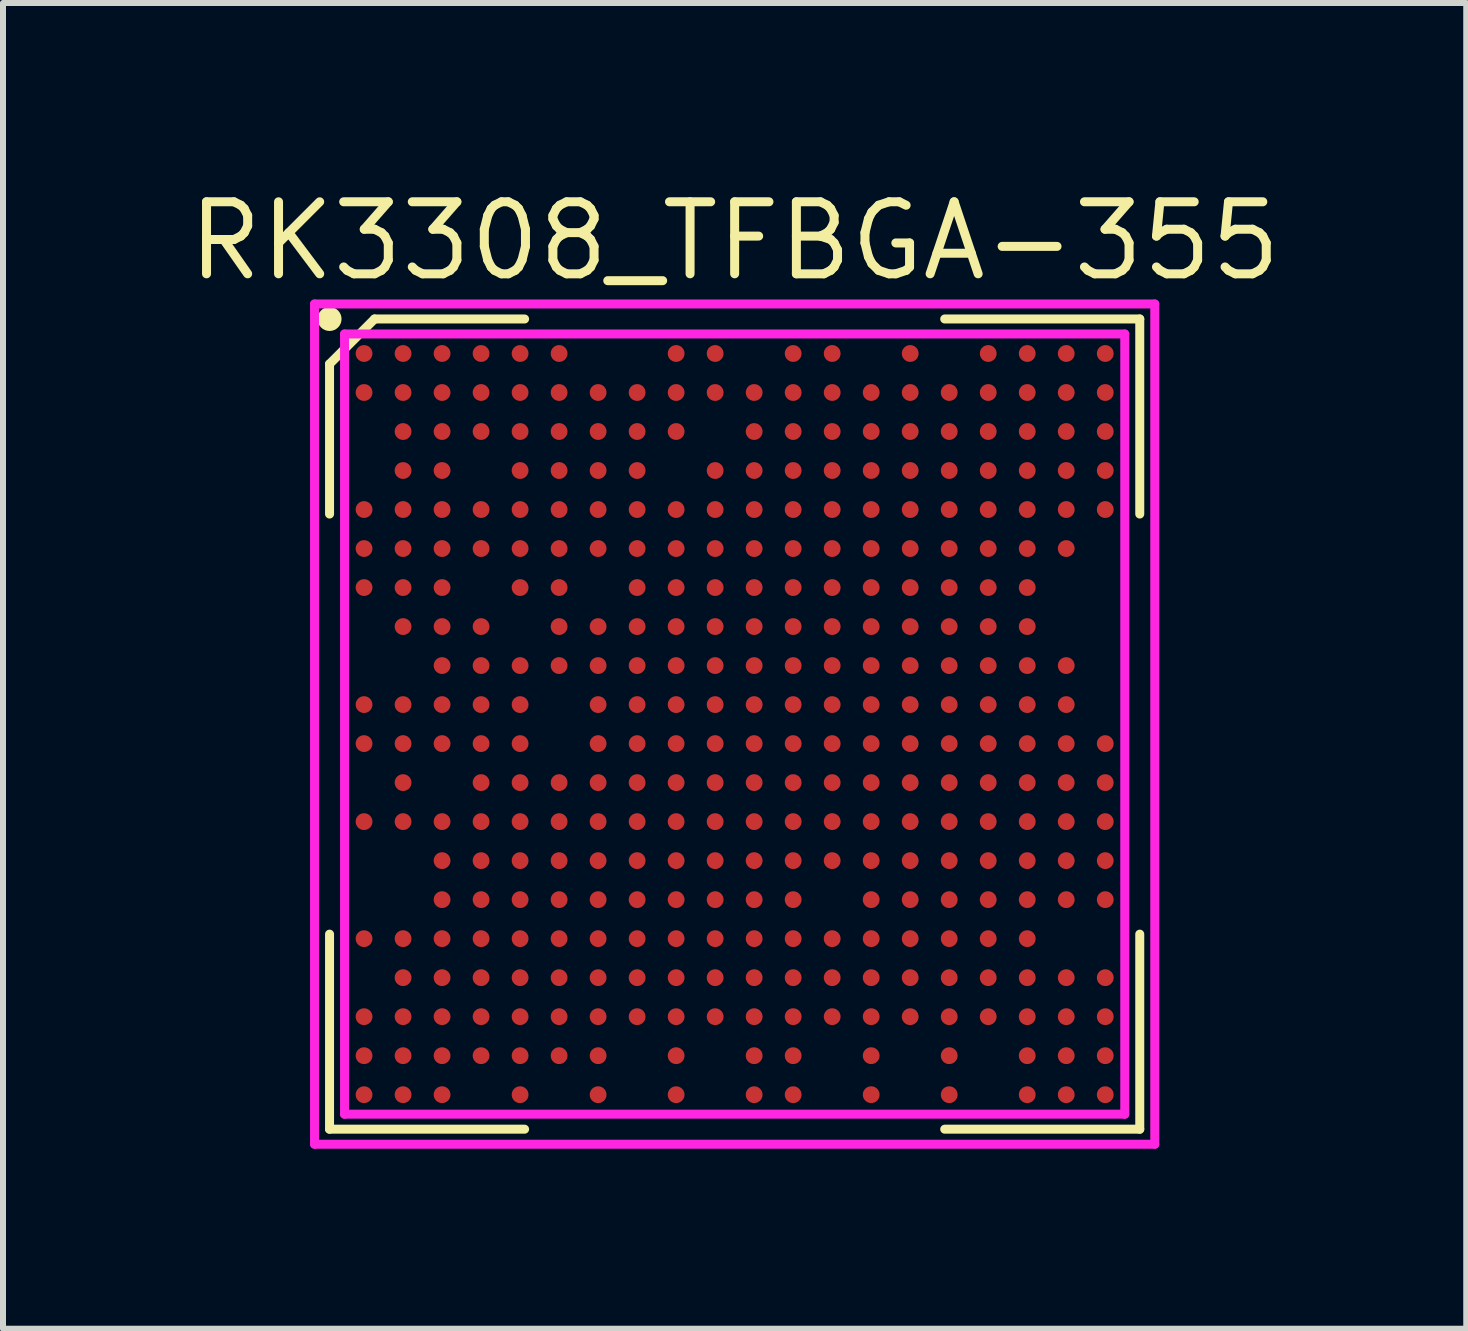
<source format=kicad_pcb>
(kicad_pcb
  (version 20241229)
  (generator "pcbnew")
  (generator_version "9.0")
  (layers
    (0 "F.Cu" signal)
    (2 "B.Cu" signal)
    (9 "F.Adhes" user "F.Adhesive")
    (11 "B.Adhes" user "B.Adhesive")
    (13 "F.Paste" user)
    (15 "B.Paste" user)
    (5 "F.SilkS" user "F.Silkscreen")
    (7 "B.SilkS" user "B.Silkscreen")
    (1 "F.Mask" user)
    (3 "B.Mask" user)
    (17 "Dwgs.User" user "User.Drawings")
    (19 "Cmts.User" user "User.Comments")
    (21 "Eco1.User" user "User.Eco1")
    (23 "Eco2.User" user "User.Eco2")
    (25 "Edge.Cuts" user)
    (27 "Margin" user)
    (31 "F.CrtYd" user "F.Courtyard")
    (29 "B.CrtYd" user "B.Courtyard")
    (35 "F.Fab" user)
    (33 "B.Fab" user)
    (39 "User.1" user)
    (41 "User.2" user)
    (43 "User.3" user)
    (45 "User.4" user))
  (footprint "RK3308_TFBGA-355"
    (layer "F.Cu")
    (at 9.191 9.015)
    (property "Reference" "RK3308_TFBGA-355" (at 0 -8.05 0) (layer "F.SilkS") (effects (font (size 1.2 1.2) (thickness 0.15))))
    (attr smd)
    (fp_line (start -6.75 -6) (end -6.75 -3.5) (stroke (width 0.15) (type solid)) (layer "F.SilkS"))
    (fp_line (start -6.75 -6) (end -6 -6.75) (stroke (width 0.15) (type solid)) (layer "F.SilkS"))
    (fp_line (start -6.75 6.75) (end -6.75 3.5) (stroke (width 0.15) (type solid)) (layer "F.SilkS"))
    (fp_line (start -6.75 6.75) (end -3.5 6.75) (stroke (width 0.15) (type solid)) (layer "F.SilkS"))
    (fp_line (start -6 -6.75) (end -3.5 -6.75) (stroke (width 0.15) (type solid)) (layer "F.SilkS"))
    (fp_line (start 6.75 -6.75) (end 3.5 -6.75) (stroke (width 0.15) (type solid)) (layer "F.SilkS"))
    (fp_line (start 6.75 -6.75) (end 6.75 -3.5) (stroke (width 0.15) (type solid)) (layer "F.SilkS"))
    (fp_line (start 6.75 6.75) (end 3.5 6.75) (stroke (width 0.15) (type solid)) (layer "F.SilkS"))
    (fp_line (start 6.75 6.75) (end 6.75 3.5) (stroke (width 0.15) (type solid)) (layer "F.SilkS"))
    (fp_circle (center -6.75 -6.75) (end -6.65 -6.75) (stroke (width 0.2) (type solid)) (fill no) (layer "F.SilkS"))
    (fp_line (start -7 -7) (end 7 -7) (stroke (width 0.15) (type solid)) (layer "F.CrtYd"))
    (fp_line (start -7 7) (end -7 -7) (stroke (width 0.15) (type solid)) (layer "F.CrtYd"))
    (fp_line (start -6.5 -6.5) (end 6.5 -6.5) (stroke (width 0.15) (type solid)) (layer "F.CrtYd"))
    (fp_line (start -6.5 6.5) (end -6.5 -6.5) (stroke (width 0.15) (type solid)) (layer "F.CrtYd"))
    (fp_line (start 6.5 -6.5) (end 6.5 6.5) (stroke (width 0.15) (type solid)) (layer "F.CrtYd"))
    (fp_line (start 6.5 6.5) (end -6.5 6.5) (stroke (width 0.15) (type solid)) (layer "F.CrtYd"))
    (fp_line (start 7 -7) (end 7 7) (stroke (width 0.15) (type solid)) (layer "F.CrtYd"))
    (fp_line (start 7 7) (end -7 7) (stroke (width 0.15) (type solid)) (layer "F.CrtYd"))
    (pad "A1" smd circle (at -6.175 -6.175) (size 0.28 0.28) (layers "F.Cu" "F.Mask" "F.Paste"))
    (pad "A2" smd circle (at -5.525 -6.175) (size 0.28 0.28) (layers "F.Cu" "F.Mask" "F.Paste"))
    (pad "A3" smd circle (at -4.875 -6.175) (size 0.28 0.28) (layers "F.Cu" "F.Mask" "F.Paste"))
    (pad "A4" smd circle (at -4.225 -6.175) (size 0.28 0.28) (layers "F.Cu" "F.Mask" "F.Paste"))
    (pad "A5" smd circle (at -3.575 -6.175) (size 0.28 0.28) (layers "F.Cu" "F.Mask" "F.Paste"))
    (pad "A6" smd circle (at -2.925 -6.175) (size 0.28 0.28) (layers "F.Cu" "F.Mask" "F.Paste"))
    (pad "A9" smd circle (at -0.975 -6.175) (size 0.28 0.28) (layers "F.Cu" "F.Mask" "F.Paste"))
    (pad "A10" smd circle (at -0.325 -6.175) (size 0.28 0.28) (layers "F.Cu" "F.Mask" "F.Paste"))
    (pad "A12" smd circle (at 0.975 -6.175) (size 0.28 0.28) (layers "F.Cu" "F.Mask" "F.Paste"))
    (pad "A13" smd circle (at 1.625 -6.175) (size 0.28 0.28) (layers "F.Cu" "F.Mask" "F.Paste"))
    (pad "A15" smd circle (at 2.925 -6.175) (size 0.28 0.28) (layers "F.Cu" "F.Mask" "F.Paste"))
    (pad "A17" smd circle (at 4.225 -6.175) (size 0.28 0.28) (layers "F.Cu" "F.Mask" "F.Paste"))
    (pad "A18" smd circle (at 4.875 -6.175) (size 0.28 0.28) (layers "F.Cu" "F.Mask" "F.Paste"))
    (pad "A19" smd circle (at 5.525 -6.175) (size 0.28 0.28) (layers "F.Cu" "F.Mask" "F.Paste"))
    (pad "A20" smd circle (at 6.175 -6.175) (size 0.28 0.28) (layers "F.Cu" "F.Mask" "F.Paste"))
    (pad "B1" smd circle (at -6.175 -5.525) (size 0.28 0.28) (layers "F.Cu" "F.Mask" "F.Paste"))
    (pad "B2" smd circle (at -5.525 -5.525) (size 0.28 0.28) (layers "F.Cu" "F.Mask" "F.Paste"))
    (pad "B3" smd circle (at -4.875 -5.525) (size 0.28 0.28) (layers "F.Cu" "F.Mask" "F.Paste"))
    (pad "B4" smd circle (at -4.225 -5.525) (size 0.28 0.28) (layers "F.Cu" "F.Mask" "F.Paste"))
    (pad "B5" smd circle (at -3.575 -5.525) (size 0.28 0.28) (layers "F.Cu" "F.Mask" "F.Paste"))
    (pad "B6" smd circle (at -2.925 -5.525) (size 0.28 0.28) (layers "F.Cu" "F.Mask" "F.Paste"))
    (pad "B7" smd circle (at -2.275 -5.525) (size 0.28 0.28) (layers "F.Cu" "F.Mask" "F.Paste"))
    (pad "B8" smd circle (at -1.625 -5.525) (size 0.28 0.28) (layers "F.Cu" "F.Mask" "F.Paste"))
    (pad "B9" smd circle (at -0.975 -5.525) (size 0.28 0.28) (layers "F.Cu" "F.Mask" "F.Paste"))
    (pad "B10" smd circle (at -0.325 -5.525) (size 0.28 0.28) (layers "F.Cu" "F.Mask" "F.Paste"))
    (pad "B11" smd circle (at 0.325 -5.525) (size 0.28 0.28) (layers "F.Cu" "F.Mask" "F.Paste"))
    (pad "B12" smd circle (at 0.975 -5.525) (size 0.28 0.28) (layers "F.Cu" "F.Mask" "F.Paste"))
    (pad "B13" smd circle (at 1.625 -5.525) (size 0.28 0.28) (layers "F.Cu" "F.Mask" "F.Paste"))
    (pad "B14" smd circle (at 2.275 -5.525) (size 0.28 0.28) (layers "F.Cu" "F.Mask" "F.Paste"))
    (pad "B15" smd circle (at 2.925 -5.525) (size 0.28 0.28) (layers "F.Cu" "F.Mask" "F.Paste"))
    (pad "B16" smd circle (at 3.575 -5.525) (size 0.28 0.28) (layers "F.Cu" "F.Mask" "F.Paste"))
    (pad "B17" smd circle (at 4.225 -5.525) (size 0.28 0.28) (layers "F.Cu" "F.Mask" "F.Paste"))
    (pad "B18" smd circle (at 4.875 -5.525) (size 0.28 0.28) (layers "F.Cu" "F.Mask" "F.Paste"))
    (pad "B19" smd circle (at 5.525 -5.525) (size 0.28 0.28) (layers "F.Cu" "F.Mask" "F.Paste"))
    (pad "B20" smd circle (at 6.175 -5.525) (size 0.28 0.28) (layers "F.Cu" "F.Mask" "F.Paste"))
    (pad "C2" smd circle (at -5.525 -4.875) (size 0.28 0.28) (layers "F.Cu" "F.Mask" "F.Paste"))
    (pad "C3" smd circle (at -4.875 -4.875) (size 0.28 0.28) (layers "F.Cu" "F.Mask" "F.Paste"))
    (pad "C4" smd circle (at -4.225 -4.875) (size 0.28 0.28) (layers "F.Cu" "F.Mask" "F.Paste"))
    (pad "C5" smd circle (at -3.575 -4.875) (size 0.28 0.28) (layers "F.Cu" "F.Mask" "F.Paste"))
    (pad "C6" smd circle (at -2.925 -4.875) (size 0.28 0.28) (layers "F.Cu" "F.Mask" "F.Paste"))
    (pad "C7" smd circle (at -2.275 -4.875) (size 0.28 0.28) (layers "F.Cu" "F.Mask" "F.Paste"))
    (pad "C8" smd circle (at -1.625 -4.875) (size 0.28 0.28) (layers "F.Cu" "F.Mask" "F.Paste"))
    (pad "C9" smd circle (at -0.975 -4.875) (size 0.28 0.28) (layers "F.Cu" "F.Mask" "F.Paste"))
    (pad "C11" smd circle (at 0.325 -4.875) (size 0.28 0.28) (layers "F.Cu" "F.Mask" "F.Paste"))
    (pad "C12" smd circle (at 0.975 -4.875) (size 0.28 0.28) (layers "F.Cu" "F.Mask" "F.Paste"))
    (pad "C13" smd circle (at 1.625 -4.875) (size 0.28 0.28) (layers "F.Cu" "F.Mask" "F.Paste"))
    (pad "C14" smd circle (at 2.275 -4.875) (size 0.28 0.28) (layers "F.Cu" "F.Mask" "F.Paste"))
    (pad "C15" smd circle (at 2.925 -4.875) (size 0.28 0.28) (layers "F.Cu" "F.Mask" "F.Paste"))
    (pad "C16" smd circle (at 3.575 -4.875) (size 0.28 0.28) (layers "F.Cu" "F.Mask" "F.Paste"))
    (pad "C17" smd circle (at 4.225 -4.875) (size 0.28 0.28) (layers "F.Cu" "F.Mask" "F.Paste"))
    (pad "C18" smd circle (at 4.875 -4.875) (size 0.28 0.28) (layers "F.Cu" "F.Mask" "F.Paste"))
    (pad "C19" smd circle (at 5.525 -4.875) (size 0.28 0.28) (layers "F.Cu" "F.Mask" "F.Paste"))
    (pad "C20" smd circle (at 6.175 -4.875) (size 0.28 0.28) (layers "F.Cu" "F.Mask" "F.Paste"))
    (pad "D2" smd circle (at -5.525 -4.225) (size 0.28 0.28) (layers "F.Cu" "F.Mask" "F.Paste"))
    (pad "D3" smd circle (at -4.875 -4.225) (size 0.28 0.28) (layers "F.Cu" "F.Mask" "F.Paste"))
    (pad "D5" smd circle (at -3.575 -4.225) (size 0.28 0.28) (layers "F.Cu" "F.Mask" "F.Paste"))
    (pad "D6" smd circle (at -2.925 -4.225) (size 0.28 0.28) (layers "F.Cu" "F.Mask" "F.Paste"))
    (pad "D7" smd circle (at -2.275 -4.225) (size 0.28 0.28) (layers "F.Cu" "F.Mask" "F.Paste"))
    (pad "D8" smd circle (at -1.625 -4.225) (size 0.28 0.28) (layers "F.Cu" "F.Mask" "F.Paste"))
    (pad "D10" smd circle (at -0.325 -4.225) (size 0.28 0.28) (layers "F.Cu" "F.Mask" "F.Paste"))
    (pad "D11" smd circle (at 0.325 -4.225) (size 0.28 0.28) (layers "F.Cu" "F.Mask" "F.Paste"))
    (pad "D12" smd circle (at 0.975 -4.225) (size 0.28 0.28) (layers "F.Cu" "F.Mask" "F.Paste"))
    (pad "D13" smd circle (at 1.625 -4.225) (size 0.28 0.28) (layers "F.Cu" "F.Mask" "F.Paste"))
    (pad "D14" smd circle (at 2.275 -4.225) (size 0.28 0.28) (layers "F.Cu" "F.Mask" "F.Paste"))
    (pad "D15" smd circle (at 2.925 -4.225) (size 0.28 0.28) (layers "F.Cu" "F.Mask" "F.Paste"))
    (pad "D16" smd circle (at 3.575 -4.225) (size 0.28 0.28) (layers "F.Cu" "F.Mask" "F.Paste"))
    (pad "D17" smd circle (at 4.225 -4.225) (size 0.28 0.28) (layers "F.Cu" "F.Mask" "F.Paste"))
    (pad "D18" smd circle (at 4.875 -4.225) (size 0.28 0.28) (layers "F.Cu" "F.Mask" "F.Paste"))
    (pad "D19" smd circle (at 5.525 -4.225) (size 0.28 0.28) (layers "F.Cu" "F.Mask" "F.Paste"))
    (pad "D20" smd circle (at 6.175 -4.225) (size 0.28 0.28) (layers "F.Cu" "F.Mask" "F.Paste"))
    (pad "E1" smd circle (at -6.175 -3.575) (size 0.28 0.28) (layers "F.Cu" "F.Mask" "F.Paste"))
    (pad "E2" smd circle (at -5.525 -3.575) (size 0.28 0.28) (layers "F.Cu" "F.Mask" "F.Paste"))
    (pad "E3" smd circle (at -4.875 -3.575) (size 0.28 0.28) (layers "F.Cu" "F.Mask" "F.Paste"))
    (pad "E4" smd circle (at -4.225 -3.575) (size 0.28 0.28) (layers "F.Cu" "F.Mask" "F.Paste"))
    (pad "E5" smd circle (at -3.575 -3.575) (size 0.28 0.28) (layers "F.Cu" "F.Mask" "F.Paste"))
    (pad "E6" smd circle (at -2.925 -3.575) (size 0.28 0.28) (layers "F.Cu" "F.Mask" "F.Paste"))
    (pad "E7" smd circle (at -2.275 -3.575) (size 0.28 0.28) (layers "F.Cu" "F.Mask" "F.Paste"))
    (pad "E8" smd circle (at -1.625 -3.575) (size 0.28 0.28) (layers "F.Cu" "F.Mask" "F.Paste"))
    (pad "E9" smd circle (at -0.975 -3.575) (size 0.28 0.28) (layers "F.Cu" "F.Mask" "F.Paste"))
    (pad "E10" smd circle (at -0.325 -3.575) (size 0.28 0.28) (layers "F.Cu" "F.Mask" "F.Paste"))
    (pad "E11" smd circle (at 0.325 -3.575) (size 0.28 0.28) (layers "F.Cu" "F.Mask" "F.Paste"))
    (pad "E12" smd circle (at 0.975 -3.575) (size 0.28 0.28) (layers "F.Cu" "F.Mask" "F.Paste"))
    (pad "E13" smd circle (at 1.625 -3.575) (size 0.28 0.28) (layers "F.Cu" "F.Mask" "F.Paste"))
    (pad "E14" smd circle (at 2.275 -3.575) (size 0.28 0.28) (layers "F.Cu" "F.Mask" "F.Paste"))
    (pad "E15" smd circle (at 2.925 -3.575) (size 0.28 0.28) (layers "F.Cu" "F.Mask" "F.Paste"))
    (pad "E16" smd circle (at 3.575 -3.575) (size 0.28 0.28) (layers "F.Cu" "F.Mask" "F.Paste"))
    (pad "E17" smd circle (at 4.225 -3.575) (size 0.28 0.28) (layers "F.Cu" "F.Mask" "F.Paste"))
    (pad "E18" smd circle (at 4.875 -3.575) (size 0.28 0.28) (layers "F.Cu" "F.Mask" "F.Paste"))
    (pad "E19" smd circle (at 5.525 -3.575) (size 0.28 0.28) (layers "F.Cu" "F.Mask" "F.Paste"))
    (pad "E20" smd circle (at 6.175 -3.575) (size 0.28 0.28) (layers "F.Cu" "F.Mask" "F.Paste"))
    (pad "F1" smd circle (at -6.175 -2.925) (size 0.28 0.28) (layers "F.Cu" "F.Mask" "F.Paste"))
    (pad "F2" smd circle (at -5.525 -2.925) (size 0.28 0.28) (layers "F.Cu" "F.Mask" "F.Paste"))
    (pad "F3" smd circle (at -4.875 -2.925) (size 0.28 0.28) (layers "F.Cu" "F.Mask" "F.Paste"))
    (pad "F4" smd circle (at -4.225 -2.925) (size 0.28 0.28) (layers "F.Cu" "F.Mask" "F.Paste"))
    (pad "F5" smd circle (at -3.575 -2.925) (size 0.28 0.28) (layers "F.Cu" "F.Mask" "F.Paste"))
    (pad "F6" smd circle (at -2.925 -2.925) (size 0.28 0.28) (layers "F.Cu" "F.Mask" "F.Paste"))
    (pad "F7" smd circle (at -2.275 -2.925) (size 0.28 0.28) (layers "F.Cu" "F.Mask" "F.Paste"))
    (pad "F8" smd circle (at -1.625 -2.925) (size 0.28 0.28) (layers "F.Cu" "F.Mask" "F.Paste"))
    (pad "F9" smd circle (at -0.975 -2.925) (size 0.28 0.28) (layers "F.Cu" "F.Mask" "F.Paste"))
    (pad "F10" smd circle (at -0.325 -2.925) (size 0.28 0.28) (layers "F.Cu" "F.Mask" "F.Paste"))
    (pad "F11" smd circle (at 0.325 -2.925) (size 0.28 0.28) (layers "F.Cu" "F.Mask" "F.Paste"))
    (pad "F12" smd circle (at 0.975 -2.925) (size 0.28 0.28) (layers "F.Cu" "F.Mask" "F.Paste"))
    (pad "F13" smd circle (at 1.625 -2.925) (size 0.28 0.28) (layers "F.Cu" "F.Mask" "F.Paste"))
    (pad "F14" smd circle (at 2.275 -2.925) (size 0.28 0.28) (layers "F.Cu" "F.Mask" "F.Paste"))
    (pad "F15" smd circle (at 2.925 -2.925) (size 0.28 0.28) (layers "F.Cu" "F.Mask" "F.Paste"))
    (pad "F16" smd circle (at 3.575 -2.925) (size 0.28 0.28) (layers "F.Cu" "F.Mask" "F.Paste"))
    (pad "F17" smd circle (at 4.225 -2.925) (size 0.28 0.28) (layers "F.Cu" "F.Mask" "F.Paste"))
    (pad "F18" smd circle (at 4.875 -2.925) (size 0.28 0.28) (layers "F.Cu" "F.Mask" "F.Paste"))
    (pad "F19" smd circle (at 5.525 -2.925) (size 0.28 0.28) (layers "F.Cu" "F.Mask" "F.Paste"))
    (pad "G1" smd circle (at -6.175 -2.275) (size 0.28 0.28) (layers "F.Cu" "F.Mask" "F.Paste"))
    (pad "G2" smd circle (at -5.525 -2.275) (size 0.28 0.28) (layers "F.Cu" "F.Mask" "F.Paste"))
    (pad "G3" smd circle (at -4.875 -2.275) (size 0.28 0.28) (layers "F.Cu" "F.Mask" "F.Paste"))
    (pad "G5" smd circle (at -3.575 -2.275) (size 0.28 0.28) (layers "F.Cu" "F.Mask" "F.Paste"))
    (pad "G6" smd circle (at -2.925 -2.275) (size 0.28 0.28) (layers "F.Cu" "F.Mask" "F.Paste"))
    (pad "G8" smd circle (at -1.625 -2.275) (size 0.28 0.28) (layers "F.Cu" "F.Mask" "F.Paste"))
    (pad "G9" smd circle (at -0.975 -2.275) (size 0.28 0.28) (layers "F.Cu" "F.Mask" "F.Paste"))
    (pad "G10" smd circle (at -0.325 -2.275) (size 0.28 0.28) (layers "F.Cu" "F.Mask" "F.Paste"))
    (pad "G11" smd circle (at 0.325 -2.275) (size 0.28 0.28) (layers "F.Cu" "F.Mask" "F.Paste"))
    (pad "G12" smd circle (at 0.975 -2.275) (size 0.28 0.28) (layers "F.Cu" "F.Mask" "F.Paste"))
    (pad "G13" smd circle (at 1.625 -2.275) (size 0.28 0.28) (layers "F.Cu" "F.Mask" "F.Paste"))
    (pad "G14" smd circle (at 2.275 -2.275) (size 0.28 0.28) (layers "F.Cu" "F.Mask" "F.Paste"))
    (pad "G15" smd circle (at 2.925 -2.275) (size 0.28 0.28) (layers "F.Cu" "F.Mask" "F.Paste"))
    (pad "G16" smd circle (at 3.575 -2.275) (size 0.28 0.28) (layers "F.Cu" "F.Mask" "F.Paste"))
    (pad "G17" smd circle (at 4.225 -2.275) (size 0.28 0.28) (layers "F.Cu" "F.Mask" "F.Paste"))
    (pad "G18" smd circle (at 4.875 -2.275) (size 0.28 0.28) (layers "F.Cu" "F.Mask" "F.Paste"))
    (pad "H2" smd circle (at -5.525 -1.625) (size 0.28 0.28) (layers "F.Cu" "F.Mask" "F.Paste"))
    (pad "H3" smd circle (at -4.875 -1.625) (size 0.28 0.28) (layers "F.Cu" "F.Mask" "F.Paste"))
    (pad "H4" smd circle (at -4.225 -1.625) (size 0.28 0.28) (layers "F.Cu" "F.Mask" "F.Paste"))
    (pad "H6" smd circle (at -2.925 -1.625) (size 0.28 0.28) (layers "F.Cu" "F.Mask" "F.Paste"))
    (pad "H7" smd circle (at -2.275 -1.625) (size 0.28 0.28) (layers "F.Cu" "F.Mask" "F.Paste"))
    (pad "H8" smd circle (at -1.625 -1.625) (size 0.28 0.28) (layers "F.Cu" "F.Mask" "F.Paste"))
    (pad "H9" smd circle (at -0.975 -1.625) (size 0.28 0.28) (layers "F.Cu" "F.Mask" "F.Paste"))
    (pad "H10" smd circle (at -0.325 -1.625) (size 0.28 0.28) (layers "F.Cu" "F.Mask" "F.Paste"))
    (pad "H11" smd circle (at 0.325 -1.625) (size 0.28 0.28) (layers "F.Cu" "F.Mask" "F.Paste"))
    (pad "H12" smd circle (at 0.975 -1.625) (size 0.28 0.28) (layers "F.Cu" "F.Mask" "F.Paste"))
    (pad "H13" smd circle (at 1.625 -1.625) (size 0.28 0.28) (layers "F.Cu" "F.Mask" "F.Paste"))
    (pad "H14" smd circle (at 2.275 -1.625) (size 0.28 0.28) (layers "F.Cu" "F.Mask" "F.Paste"))
    (pad "H15" smd circle (at 2.925 -1.625) (size 0.28 0.28) (layers "F.Cu" "F.Mask" "F.Paste"))
    (pad "H16" smd circle (at 3.575 -1.625) (size 0.28 0.28) (layers "F.Cu" "F.Mask" "F.Paste"))
    (pad "H17" smd circle (at 4.225 -1.625) (size 0.28 0.28) (layers "F.Cu" "F.Mask" "F.Paste"))
    (pad "H18" smd circle (at 4.875 -1.625) (size 0.28 0.28) (layers "F.Cu" "F.Mask" "F.Paste"))
    (pad "J3" smd circle (at -4.875 -0.975) (size 0.28 0.28) (layers "F.Cu" "F.Mask" "F.Paste"))
    (pad "J4" smd circle (at -4.225 -0.975) (size 0.28 0.28) (layers "F.Cu" "F.Mask" "F.Paste"))
    (pad "J5" smd circle (at -3.575 -0.975) (size 0.28 0.28) (layers "F.Cu" "F.Mask" "F.Paste"))
    (pad "J6" smd circle (at -2.925 -0.975) (size 0.28 0.28) (layers "F.Cu" "F.Mask" "F.Paste"))
    (pad "J7" smd circle (at -2.275 -0.975) (size 0.28 0.28) (layers "F.Cu" "F.Mask" "F.Paste"))
    (pad "J8" smd circle (at -1.625 -0.975) (size 0.28 0.28) (layers "F.Cu" "F.Mask" "F.Paste"))
    (pad "J9" smd circle (at -0.975 -0.975) (size 0.28 0.28) (layers "F.Cu" "F.Mask" "F.Paste"))
    (pad "J10" smd circle (at -0.325 -0.975) (size 0.28 0.28) (layers "F.Cu" "F.Mask" "F.Paste"))
    (pad "J11" smd circle (at 0.325 -0.975) (size 0.28 0.28) (layers "F.Cu" "F.Mask" "F.Paste"))
    (pad "J12" smd circle (at 0.975 -0.975) (size 0.28 0.28) (layers "F.Cu" "F.Mask" "F.Paste"))
    (pad "J13" smd circle (at 1.625 -0.975) (size 0.28 0.28) (layers "F.Cu" "F.Mask" "F.Paste"))
    (pad "J14" smd circle (at 2.275 -0.975) (size 0.28 0.28) (layers "F.Cu" "F.Mask" "F.Paste"))
    (pad "J15" smd circle (at 2.925 -0.975) (size 0.28 0.28) (layers "F.Cu" "F.Mask" "F.Paste"))
    (pad "J16" smd circle (at 3.575 -0.975) (size 0.28 0.28) (layers "F.Cu" "F.Mask" "F.Paste"))
    (pad "J17" smd circle (at 4.225 -0.975) (size 0.28 0.28) (layers "F.Cu" "F.Mask" "F.Paste"))
    (pad "J18" smd circle (at 4.875 -0.975) (size 0.28 0.28) (layers "F.Cu" "F.Mask" "F.Paste"))
    (pad "J19" smd circle (at 5.525 -0.975) (size 0.28 0.28) (layers "F.Cu" "F.Mask" "F.Paste"))
    (pad "K1" smd circle (at -6.175 -0.325) (size 0.28 0.28) (layers "F.Cu" "F.Mask" "F.Paste"))
    (pad "K2" smd circle (at -5.525 -0.325) (size 0.28 0.28) (layers "F.Cu" "F.Mask" "F.Paste"))
    (pad "K3" smd circle (at -4.875 -0.325) (size 0.28 0.28) (layers "F.Cu" "F.Mask" "F.Paste"))
    (pad "K4" smd circle (at -4.225 -0.325) (size 0.28 0.28) (layers "F.Cu" "F.Mask" "F.Paste"))
    (pad "K5" smd circle (at -3.575 -0.325) (size 0.28 0.28) (layers "F.Cu" "F.Mask" "F.Paste"))
    (pad "K7" smd circle (at -2.275 -0.325) (size 0.28 0.28) (layers "F.Cu" "F.Mask" "F.Paste"))
    (pad "K8" smd circle (at -1.625 -0.325) (size 0.28 0.28) (layers "F.Cu" "F.Mask" "F.Paste"))
    (pad "K9" smd circle (at -0.975 -0.325) (size 0.28 0.28) (layers "F.Cu" "F.Mask" "F.Paste"))
    (pad "K10" smd circle (at -0.325 -0.325) (size 0.28 0.28) (layers "F.Cu" "F.Mask" "F.Paste"))
    (pad "K11" smd circle (at 0.325 -0.325) (size 0.28 0.28) (layers "F.Cu" "F.Mask" "F.Paste"))
    (pad "K12" smd circle (at 0.975 -0.325) (size 0.28 0.28) (layers "F.Cu" "F.Mask" "F.Paste"))
    (pad "K13" smd circle (at 1.625 -0.325) (size 0.28 0.28) (layers "F.Cu" "F.Mask" "F.Paste"))
    (pad "K14" smd circle (at 2.275 -0.325) (size 0.28 0.28) (layers "F.Cu" "F.Mask" "F.Paste"))
    (pad "K15" smd circle (at 2.925 -0.325) (size 0.28 0.28) (layers "F.Cu" "F.Mask" "F.Paste"))
    (pad "K16" smd circle (at 3.575 -0.325) (size 0.28 0.28) (layers "F.Cu" "F.Mask" "F.Paste"))
    (pad "K17" smd circle (at 4.225 -0.325) (size 0.28 0.28) (layers "F.Cu" "F.Mask" "F.Paste"))
    (pad "K18" smd circle (at 4.875 -0.325) (size 0.28 0.28) (layers "F.Cu" "F.Mask" "F.Paste"))
    (pad "K19" smd circle (at 5.525 -0.325) (size 0.28 0.28) (layers "F.Cu" "F.Mask" "F.Paste"))
    (pad "L1" smd circle (at -6.175 0.325) (size 0.28 0.28) (layers "F.Cu" "F.Mask" "F.Paste"))
    (pad "L2" smd circle (at -5.525 0.325) (size 0.28 0.28) (layers "F.Cu" "F.Mask" "F.Paste"))
    (pad "L3" smd circle (at -4.875 0.325) (size 0.28 0.28) (layers "F.Cu" "F.Mask" "F.Paste"))
    (pad "L4" smd circle (at -4.225 0.325) (size 0.28 0.28) (layers "F.Cu" "F.Mask" "F.Paste"))
    (pad "L5" smd circle (at -3.575 0.325) (size 0.28 0.28) (layers "F.Cu" "F.Mask" "F.Paste"))
    (pad "L7" smd circle (at -2.275 0.325) (size 0.28 0.28) (layers "F.Cu" "F.Mask" "F.Paste"))
    (pad "L8" smd circle (at -1.625 0.325) (size 0.28 0.28) (layers "F.Cu" "F.Mask" "F.Paste"))
    (pad "L9" smd circle (at -0.975 0.325) (size 0.28 0.28) (layers "F.Cu" "F.Mask" "F.Paste"))
    (pad "L10" smd circle (at -0.325 0.325) (size 0.28 0.28) (layers "F.Cu" "F.Mask" "F.Paste"))
    (pad "L11" smd circle (at 0.325 0.325) (size 0.28 0.28) (layers "F.Cu" "F.Mask" "F.Paste"))
    (pad "L12" smd circle (at 0.975 0.325) (size 0.28 0.28) (layers "F.Cu" "F.Mask" "F.Paste"))
    (pad "L13" smd circle (at 1.625 0.325) (size 0.28 0.28) (layers "F.Cu" "F.Mask" "F.Paste"))
    (pad "L14" smd circle (at 2.275 0.325) (size 0.28 0.28) (layers "F.Cu" "F.Mask" "F.Paste"))
    (pad "L15" smd circle (at 2.925 0.325) (size 0.28 0.28) (layers "F.Cu" "F.Mask" "F.Paste"))
    (pad "L16" smd circle (at 3.575 0.325) (size 0.28 0.28) (layers "F.Cu" "F.Mask" "F.Paste"))
    (pad "L17" smd circle (at 4.225 0.325) (size 0.28 0.28) (layers "F.Cu" "F.Mask" "F.Paste"))
    (pad "L18" smd circle (at 4.875 0.325) (size 0.28 0.28) (layers "F.Cu" "F.Mask" "F.Paste"))
    (pad "L19" smd circle (at 5.525 0.325) (size 0.28 0.28) (layers "F.Cu" "F.Mask" "F.Paste"))
    (pad "L20" smd circle (at 6.175 0.325) (size 0.28 0.28) (layers "F.Cu" "F.Mask" "F.Paste"))
    (pad "M2" smd circle (at -5.525 0.975) (size 0.28 0.28) (layers "F.Cu" "F.Mask" "F.Paste"))
    (pad "M4" smd circle (at -4.225 0.975) (size 0.28 0.28) (layers "F.Cu" "F.Mask" "F.Paste"))
    (pad "M5" smd circle (at -3.575 0.975) (size 0.28 0.28) (layers "F.Cu" "F.Mask" "F.Paste"))
    (pad "M6" smd circle (at -2.925 0.975) (size 0.28 0.28) (layers "F.Cu" "F.Mask" "F.Paste"))
    (pad "M7" smd circle (at -2.275 0.975) (size 0.28 0.28) (layers "F.Cu" "F.Mask" "F.Paste"))
    (pad "M8" smd circle (at -1.625 0.975) (size 0.28 0.28) (layers "F.Cu" "F.Mask" "F.Paste"))
    (pad "M9" smd circle (at -0.975 0.975) (size 0.28 0.28) (layers "F.Cu" "F.Mask" "F.Paste"))
    (pad "M10" smd circle (at -0.325 0.975) (size 0.28 0.28) (layers "F.Cu" "F.Mask" "F.Paste"))
    (pad "M11" smd circle (at 0.325 0.975) (size 0.28 0.28) (layers "F.Cu" "F.Mask" "F.Paste"))
    (pad "M12" smd circle (at 0.975 0.975) (size 0.28 0.28) (layers "F.Cu" "F.Mask" "F.Paste"))
    (pad "M13" smd circle (at 1.625 0.975) (size 0.28 0.28) (layers "F.Cu" "F.Mask" "F.Paste"))
    (pad "M14" smd circle (at 2.275 0.975) (size 0.28 0.28) (layers "F.Cu" "F.Mask" "F.Paste"))
    (pad "M15" smd circle (at 2.925 0.975) (size 0.28 0.28) (layers "F.Cu" "F.Mask" "F.Paste"))
    (pad "M16" smd circle (at 3.575 0.975) (size 0.28 0.28) (layers "F.Cu" "F.Mask" "F.Paste"))
    (pad "M17" smd circle (at 4.225 0.975) (size 0.28 0.28) (layers "F.Cu" "F.Mask" "F.Paste"))
    (pad "M18" smd circle (at 4.875 0.975) (size 0.28 0.28) (layers "F.Cu" "F.Mask" "F.Paste"))
    (pad "M19" smd circle (at 5.525 0.975) (size 0.28 0.28) (layers "F.Cu" "F.Mask" "F.Paste"))
    (pad "M20" smd circle (at 6.175 0.975) (size 0.28 0.28) (layers "F.Cu" "F.Mask" "F.Paste"))
    (pad "N1" smd circle (at -6.175 1.625) (size 0.28 0.28) (layers "F.Cu" "F.Mask" "F.Paste"))
    (pad "N2" smd circle (at -5.525 1.625) (size 0.28 0.28) (layers "F.Cu" "F.Mask" "F.Paste"))
    (pad "N3" smd circle (at -4.875 1.625) (size 0.28 0.28) (layers "F.Cu" "F.Mask" "F.Paste"))
    (pad "N4" smd circle (at -4.225 1.625) (size 0.28 0.28) (layers "F.Cu" "F.Mask" "F.Paste"))
    (pad "N5" smd circle (at -3.575 1.625) (size 0.28 0.28) (layers "F.Cu" "F.Mask" "F.Paste"))
    (pad "N6" smd circle (at -2.925 1.625) (size 0.28 0.28) (layers "F.Cu" "F.Mask" "F.Paste"))
    (pad "N7" smd circle (at -2.275 1.625) (size 0.28 0.28) (layers "F.Cu" "F.Mask" "F.Paste"))
    (pad "N8" smd circle (at -1.625 1.625) (size 0.28 0.28) (layers "F.Cu" "F.Mask" "F.Paste"))
    (pad "N9" smd circle (at -0.975 1.625) (size 0.28 0.28) (layers "F.Cu" "F.Mask" "F.Paste"))
    (pad "N10" smd circle (at -0.325 1.625) (size 0.28 0.28) (layers "F.Cu" "F.Mask" "F.Paste"))
    (pad "N11" smd circle (at 0.325 1.625) (size 0.28 0.28) (layers "F.Cu" "F.Mask" "F.Paste"))
    (pad "N12" smd circle (at 0.975 1.625) (size 0.28 0.28) (layers "F.Cu" "F.Mask" "F.Paste"))
    (pad "N13" smd circle (at 1.625 1.625) (size 0.28 0.28) (layers "F.Cu" "F.Mask" "F.Paste"))
    (pad "N14" smd circle (at 2.275 1.625) (size 0.28 0.28) (layers "F.Cu" "F.Mask" "F.Paste"))
    (pad "N15" smd circle (at 2.925 1.625) (size 0.28 0.28) (layers "F.Cu" "F.Mask" "F.Paste"))
    (pad "N16" smd circle (at 3.575 1.625) (size 0.28 0.28) (layers "F.Cu" "F.Mask" "F.Paste"))
    (pad "N17" smd circle (at 4.225 1.625) (size 0.28 0.28) (layers "F.Cu" "F.Mask" "F.Paste"))
    (pad "N18" smd circle (at 4.875 1.625) (size 0.28 0.28) (layers "F.Cu" "F.Mask" "F.Paste"))
    (pad "N19" smd circle (at 5.525 1.625) (size 0.28 0.28) (layers "F.Cu" "F.Mask" "F.Paste"))
    (pad "N20" smd circle (at 6.175 1.625) (size 0.28 0.28) (layers "F.Cu" "F.Mask" "F.Paste"))
    (pad "P3" smd circle (at -4.875 2.275) (size 0.28 0.28) (layers "F.Cu" "F.Mask" "F.Paste"))
    (pad "P4" smd circle (at -4.225 2.275) (size 0.28 0.28) (layers "F.Cu" "F.Mask" "F.Paste"))
    (pad "P5" smd circle (at -3.575 2.275) (size 0.28 0.28) (layers "F.Cu" "F.Mask" "F.Paste"))
    (pad "P6" smd circle (at -2.925 2.275) (size 0.28 0.28) (layers "F.Cu" "F.Mask" "F.Paste"))
    (pad "P7" smd circle (at -2.275 2.275) (size 0.28 0.28) (layers "F.Cu" "F.Mask" "F.Paste"))
    (pad "P8" smd circle (at -1.625 2.275) (size 0.28 0.28) (layers "F.Cu" "F.Mask" "F.Paste"))
    (pad "P9" smd circle (at -0.975 2.275) (size 0.28 0.28) (layers "F.Cu" "F.Mask" "F.Paste"))
    (pad "P10" smd circle (at -0.325 2.275) (size 0.28 0.28) (layers "F.Cu" "F.Mask" "F.Paste"))
    (pad "P11" smd circle (at 0.325 2.275) (size 0.28 0.28) (layers "F.Cu" "F.Mask" "F.Paste"))
    (pad "P12" smd circle (at 0.975 2.275) (size 0.28 0.28) (layers "F.Cu" "F.Mask" "F.Paste"))
    (pad "P13" smd circle (at 1.625 2.275) (size 0.28 0.28) (layers "F.Cu" "F.Mask" "F.Paste"))
    (pad "P14" smd circle (at 2.275 2.275) (size 0.28 0.28) (layers "F.Cu" "F.Mask" "F.Paste"))
    (pad "P15" smd circle (at 2.925 2.275) (size 0.28 0.28) (layers "F.Cu" "F.Mask" "F.Paste"))
    (pad "P16" smd circle (at 3.575 2.275) (size 0.28 0.28) (layers "F.Cu" "F.Mask" "F.Paste"))
    (pad "P17" smd circle (at 4.225 2.275) (size 0.28 0.28) (layers "F.Cu" "F.Mask" "F.Paste"))
    (pad "P18" smd circle (at 4.875 2.275) (size 0.28 0.28) (layers "F.Cu" "F.Mask" "F.Paste"))
    (pad "P19" smd circle (at 5.525 2.275) (size 0.28 0.28) (layers "F.Cu" "F.Mask" "F.Paste"))
    (pad "P20" smd circle (at 6.175 2.275) (size 0.28 0.28) (layers "F.Cu" "F.Mask" "F.Paste"))
    (pad "R3" smd circle (at -4.875 2.925) (size 0.28 0.28) (layers "F.Cu" "F.Mask" "F.Paste"))
    (pad "R4" smd circle (at -4.225 2.925) (size 0.28 0.28) (layers "F.Cu" "F.Mask" "F.Paste"))
    (pad "R5" smd circle (at -3.575 2.925) (size 0.28 0.28) (layers "F.Cu" "F.Mask" "F.Paste"))
    (pad "R6" smd circle (at -2.925 2.925) (size 0.28 0.28) (layers "F.Cu" "F.Mask" "F.Paste"))
    (pad "R7" smd circle (at -2.275 2.925) (size 0.28 0.28) (layers "F.Cu" "F.Mask" "F.Paste"))
    (pad "R8" smd circle (at -1.625 2.925) (size 0.28 0.28) (layers "F.Cu" "F.Mask" "F.Paste"))
    (pad "R9" smd circle (at -0.975 2.925) (size 0.28 0.28) (layers "F.Cu" "F.Mask" "F.Paste"))
    (pad "R10" smd circle (at -0.325 2.925) (size 0.28 0.28) (layers "F.Cu" "F.Mask" "F.Paste"))
    (pad "R11" smd circle (at 0.325 2.925) (size 0.28 0.28) (layers "F.Cu" "F.Mask" "F.Paste"))
    (pad "R12" smd circle (at 0.975 2.925) (size 0.28 0.28) (layers "F.Cu" "F.Mask" "F.Paste"))
    (pad "R14" smd circle (at 2.275 2.925) (size 0.28 0.28) (layers "F.Cu" "F.Mask" "F.Paste"))
    (pad "R15" smd circle (at 2.925 2.925) (size 0.28 0.28) (layers "F.Cu" "F.Mask" "F.Paste"))
    (pad "R16" smd circle (at 3.575 2.925) (size 0.28 0.28) (layers "F.Cu" "F.Mask" "F.Paste"))
    (pad "R17" smd circle (at 4.225 2.925) (size 0.28 0.28) (layers "F.Cu" "F.Mask" "F.Paste"))
    (pad "R18" smd circle (at 4.875 2.925) (size 0.28 0.28) (layers "F.Cu" "F.Mask" "F.Paste"))
    (pad "R19" smd circle (at 5.525 2.925) (size 0.28 0.28) (layers "F.Cu" "F.Mask" "F.Paste"))
    (pad "R20" smd circle (at 6.175 2.925) (size 0.28 0.28) (layers "F.Cu" "F.Mask" "F.Paste"))
    (pad "T1" smd circle (at -6.175 3.575) (size 0.28 0.28) (layers "F.Cu" "F.Mask" "F.Paste"))
    (pad "T2" smd circle (at -5.525 3.575) (size 0.28 0.28) (layers "F.Cu" "F.Mask" "F.Paste"))
    (pad "T3" smd circle (at -4.875 3.575) (size 0.28 0.28) (layers "F.Cu" "F.Mask" "F.Paste"))
    (pad "T4" smd circle (at -4.225 3.575) (size 0.28 0.28) (layers "F.Cu" "F.Mask" "F.Paste"))
    (pad "T5" smd circle (at -3.575 3.575) (size 0.28 0.28) (layers "F.Cu" "F.Mask" "F.Paste"))
    (pad "T6" smd circle (at -2.925 3.575) (size 0.28 0.28) (layers "F.Cu" "F.Mask" "F.Paste"))
    (pad "T7" smd circle (at -2.275 3.575) (size 0.28 0.28) (layers "F.Cu" "F.Mask" "F.Paste"))
    (pad "T8" smd circle (at -1.625 3.575) (size 0.28 0.28) (layers "F.Cu" "F.Mask" "F.Paste"))
    (pad "T9" smd circle (at -0.975 3.575) (size 0.28 0.28) (layers "F.Cu" "F.Mask" "F.Paste"))
    (pad "T10" smd circle (at -0.325 3.575) (size 0.28 0.28) (layers "F.Cu" "F.Mask" "F.Paste"))
    (pad "T11" smd circle (at 0.325 3.575) (size 0.28 0.28) (layers "F.Cu" "F.Mask" "F.Paste"))
    (pad "T12" smd circle (at 0.975 3.575) (size 0.28 0.28) (layers "F.Cu" "F.Mask" "F.Paste"))
    (pad "T13" smd circle (at 1.625 3.575) (size 0.28 0.28) (layers "F.Cu" "F.Mask" "F.Paste"))
    (pad "T14" smd circle (at 2.275 3.575) (size 0.28 0.28) (layers "F.Cu" "F.Mask" "F.Paste"))
    (pad "T15" smd circle (at 2.925 3.575) (size 0.28 0.28) (layers "F.Cu" "F.Mask" "F.Paste"))
    (pad "T16" smd circle (at 3.575 3.575) (size 0.28 0.28) (layers "F.Cu" "F.Mask" "F.Paste"))
    (pad "T17" smd circle (at 4.225 3.575) (size 0.28 0.28) (layers "F.Cu" "F.Mask" "F.Paste"))
    (pad "T18" smd circle (at 4.875 3.575) (size 0.28 0.28) (layers "F.Cu" "F.Mask" "F.Paste"))
    (pad "U2" smd circle (at -5.525 4.225) (size 0.28 0.28) (layers "F.Cu" "F.Mask" "F.Paste"))
    (pad "U3" smd circle (at -4.875 4.225) (size 0.28 0.28) (layers "F.Cu" "F.Mask" "F.Paste"))
    (pad "U4" smd circle (at -4.225 4.225) (size 0.28 0.28) (layers "F.Cu" "F.Mask" "F.Paste"))
    (pad "U5" smd circle (at -3.575 4.225) (size 0.28 0.28) (layers "F.Cu" "F.Mask" "F.Paste"))
    (pad "U6" smd circle (at -2.925 4.225) (size 0.28 0.28) (layers "F.Cu" "F.Mask" "F.Paste"))
    (pad "U7" smd circle (at -2.275 4.225) (size 0.28 0.28) (layers "F.Cu" "F.Mask" "F.Paste"))
    (pad "U8" smd circle (at -1.625 4.225) (size 0.28 0.28) (layers "F.Cu" "F.Mask" "F.Paste"))
    (pad "U9" smd circle (at -0.975 4.225) (size 0.28 0.28) (layers "F.Cu" "F.Mask" "F.Paste"))
    (pad "U10" smd circle (at -0.325 4.225) (size 0.28 0.28) (layers "F.Cu" "F.Mask" "F.Paste"))
    (pad "U11" smd circle (at 0.325 4.225) (size 0.28 0.28) (layers "F.Cu" "F.Mask" "F.Paste"))
    (pad "U12" smd circle (at 0.975 4.225) (size 0.28 0.28) (layers "F.Cu" "F.Mask" "F.Paste"))
    (pad "U13" smd circle (at 1.625 4.225) (size 0.28 0.28) (layers "F.Cu" "F.Mask" "F.Paste"))
    (pad "U14" smd circle (at 2.275 4.225) (size 0.28 0.28) (layers "F.Cu" "F.Mask" "F.Paste"))
    (pad "U15" smd circle (at 2.925 4.225) (size 0.28 0.28) (layers "F.Cu" "F.Mask" "F.Paste"))
    (pad "U16" smd circle (at 3.575 4.225) (size 0.28 0.28) (layers "F.Cu" "F.Mask" "F.Paste"))
    (pad "U17" smd circle (at 4.225 4.225) (size 0.28 0.28) (layers "F.Cu" "F.Mask" "F.Paste"))
    (pad "U18" smd circle (at 4.875 4.225) (size 0.28 0.28) (layers "F.Cu" "F.Mask" "F.Paste"))
    (pad "U19" smd circle (at 5.525 4.225) (size 0.28 0.28) (layers "F.Cu" "F.Mask" "F.Paste"))
    (pad "U20" smd circle (at 6.175 4.225) (size 0.28 0.28) (layers "F.Cu" "F.Mask" "F.Paste"))
    (pad "V1" smd circle (at -6.175 4.875) (size 0.28 0.28) (layers "F.Cu" "F.Mask" "F.Paste"))
    (pad "V2" smd circle (at -5.525 4.875) (size 0.28 0.28) (layers "F.Cu" "F.Mask" "F.Paste"))
    (pad "V3" smd circle (at -4.875 4.875) (size 0.28 0.28) (layers "F.Cu" "F.Mask" "F.Paste"))
    (pad "V4" smd circle (at -4.225 4.875) (size 0.28 0.28) (layers "F.Cu" "F.Mask" "F.Paste"))
    (pad "V5" smd circle (at -3.575 4.875) (size 0.28 0.28) (layers "F.Cu" "F.Mask" "F.Paste"))
    (pad "V6" smd circle (at -2.925 4.875) (size 0.28 0.28) (layers "F.Cu" "F.Mask" "F.Paste"))
    (pad "V7" smd circle (at -2.275 4.875) (size 0.28 0.28) (layers "F.Cu" "F.Mask" "F.Paste"))
    (pad "V8" smd circle (at -1.625 4.875) (size 0.28 0.28) (layers "F.Cu" "F.Mask" "F.Paste"))
    (pad "V9" smd circle (at -0.975 4.875) (size 0.28 0.28) (layers "F.Cu" "F.Mask" "F.Paste"))
    (pad "V10" smd circle (at -0.325 4.875) (size 0.28 0.28) (layers "F.Cu" "F.Mask" "F.Paste"))
    (pad "V11" smd circle (at 0.325 4.875) (size 0.28 0.28) (layers "F.Cu" "F.Mask" "F.Paste"))
    (pad "V12" smd circle (at 0.975 4.875) (size 0.28 0.28) (layers "F.Cu" "F.Mask" "F.Paste"))
    (pad "V13" smd circle (at 1.625 4.875) (size 0.28 0.28) (layers "F.Cu" "F.Mask" "F.Paste"))
    (pad "V14" smd circle (at 2.275 4.875) (size 0.28 0.28) (layers "F.Cu" "F.Mask" "F.Paste"))
    (pad "V15" smd circle (at 2.925 4.875) (size 0.28 0.28) (layers "F.Cu" "F.Mask" "F.Paste"))
    (pad "V16" smd circle (at 3.575 4.875) (size 0.28 0.28) (layers "F.Cu" "F.Mask" "F.Paste"))
    (pad "V17" smd circle (at 4.225 4.875) (size 0.28 0.28) (layers "F.Cu" "F.Mask" "F.Paste"))
    (pad "V18" smd circle (at 4.875 4.875) (size 0.28 0.28) (layers "F.Cu" "F.Mask" "F.Paste"))
    (pad "V19" smd circle (at 5.525 4.875) (size 0.28 0.28) (layers "F.Cu" "F.Mask" "F.Paste"))
    (pad "V20" smd circle (at 6.175 4.875) (size 0.28 0.28) (layers "F.Cu" "F.Mask" "F.Paste"))
    (pad "W1" smd circle (at -6.175 5.525) (size 0.28 0.28) (layers "F.Cu" "F.Mask" "F.Paste"))
    (pad "W2" smd circle (at -5.525 5.525) (size 0.28 0.28) (layers "F.Cu" "F.Mask" "F.Paste"))
    (pad "W3" smd circle (at -4.875 5.525) (size 0.28 0.28) (layers "F.Cu" "F.Mask" "F.Paste"))
    (pad "W4" smd circle (at -4.225 5.525) (size 0.28 0.28) (layers "F.Cu" "F.Mask" "F.Paste"))
    (pad "W5" smd circle (at -3.575 5.525) (size 0.28 0.28) (layers "F.Cu" "F.Mask" "F.Paste"))
    (pad "W6" smd circle (at -2.925 5.525) (size 0.28 0.28) (layers "F.Cu" "F.Mask" "F.Paste"))
    (pad "W7" smd circle (at -2.275 5.525) (size 0.28 0.28) (layers "F.Cu" "F.Mask" "F.Paste"))
    (pad "W9" smd circle (at -0.975 5.525) (size 0.28 0.28) (layers "F.Cu" "F.Mask" "F.Paste"))
    (pad "W11" smd circle (at 0.325 5.525) (size 0.28 0.28) (layers "F.Cu" "F.Mask" "F.Paste"))
    (pad "W12" smd circle (at 0.975 5.525) (size 0.28 0.28) (layers "F.Cu" "F.Mask" "F.Paste"))
    (pad "W14" smd circle (at 2.275 5.525) (size 0.28 0.28) (layers "F.Cu" "F.Mask" "F.Paste"))
    (pad "W16" smd circle (at 3.575 5.525) (size 0.28 0.28) (layers "F.Cu" "F.Mask" "F.Paste"))
    (pad "W18" smd circle (at 4.875 5.525) (size 0.28 0.28) (layers "F.Cu" "F.Mask" "F.Paste"))
    (pad "W19" smd circle (at 5.525 5.525) (size 0.28 0.28) (layers "F.Cu" "F.Mask" "F.Paste"))
    (pad "W20" smd circle (at 6.175 5.525) (size 0.28 0.28) (layers "F.Cu" "F.Mask" "F.Paste"))
    (pad "Y1" smd circle (at -6.175 6.175) (size 0.28 0.28) (layers "F.Cu" "F.Mask" "F.Paste"))
    (pad "Y2" smd circle (at -5.525 6.175) (size 0.28 0.28) (layers "F.Cu" "F.Mask" "F.Paste"))
    (pad "Y3" smd circle (at -4.875 6.175) (size 0.28 0.28) (layers "F.Cu" "F.Mask" "F.Paste"))
    (pad "Y5" smd circle (at -3.575 6.175) (size 0.28 0.28) (layers "F.Cu" "F.Mask" "F.Paste"))
    (pad "Y7" smd circle (at -2.275 6.175) (size 0.28 0.28) (layers "F.Cu" "F.Mask" "F.Paste"))
    (pad "Y9" smd circle (at -0.975 6.175) (size 0.28 0.28) (layers "F.Cu" "F.Mask" "F.Paste"))
    (pad "Y11" smd circle (at 0.325 6.175) (size 0.28 0.28) (layers "F.Cu" "F.Mask" "F.Paste"))
    (pad "Y12" smd circle (at 0.975 6.175) (size 0.28 0.28) (layers "F.Cu" "F.Mask" "F.Paste"))
    (pad "Y14" smd circle (at 2.275 6.175) (size 0.28 0.28) (layers "F.Cu" "F.Mask" "F.Paste"))
    (pad "Y16" smd circle (at 3.575 6.175) (size 0.28 0.28) (layers "F.Cu" "F.Mask" "F.Paste"))
    (pad "Y18" smd circle (at 4.875 6.175) (size 0.28 0.28) (layers "F.Cu" "F.Mask" "F.Paste"))
    (pad "Y19" smd circle (at 5.525 6.175) (size 0.28 0.28) (layers "F.Cu" "F.Mask" "F.Paste"))
    (pad "Y20" smd circle (at 6.175 6.175) (size 0.28 0.28) (layers "F.Cu" "F.Mask" "F.Paste")))
  (gr_rect
    (start -3 -3)
    (end 21.381 19.09)
    (stroke (width 0.1) (type default))
    (fill no)
    (layer "Edge.Cuts")))
</source>
